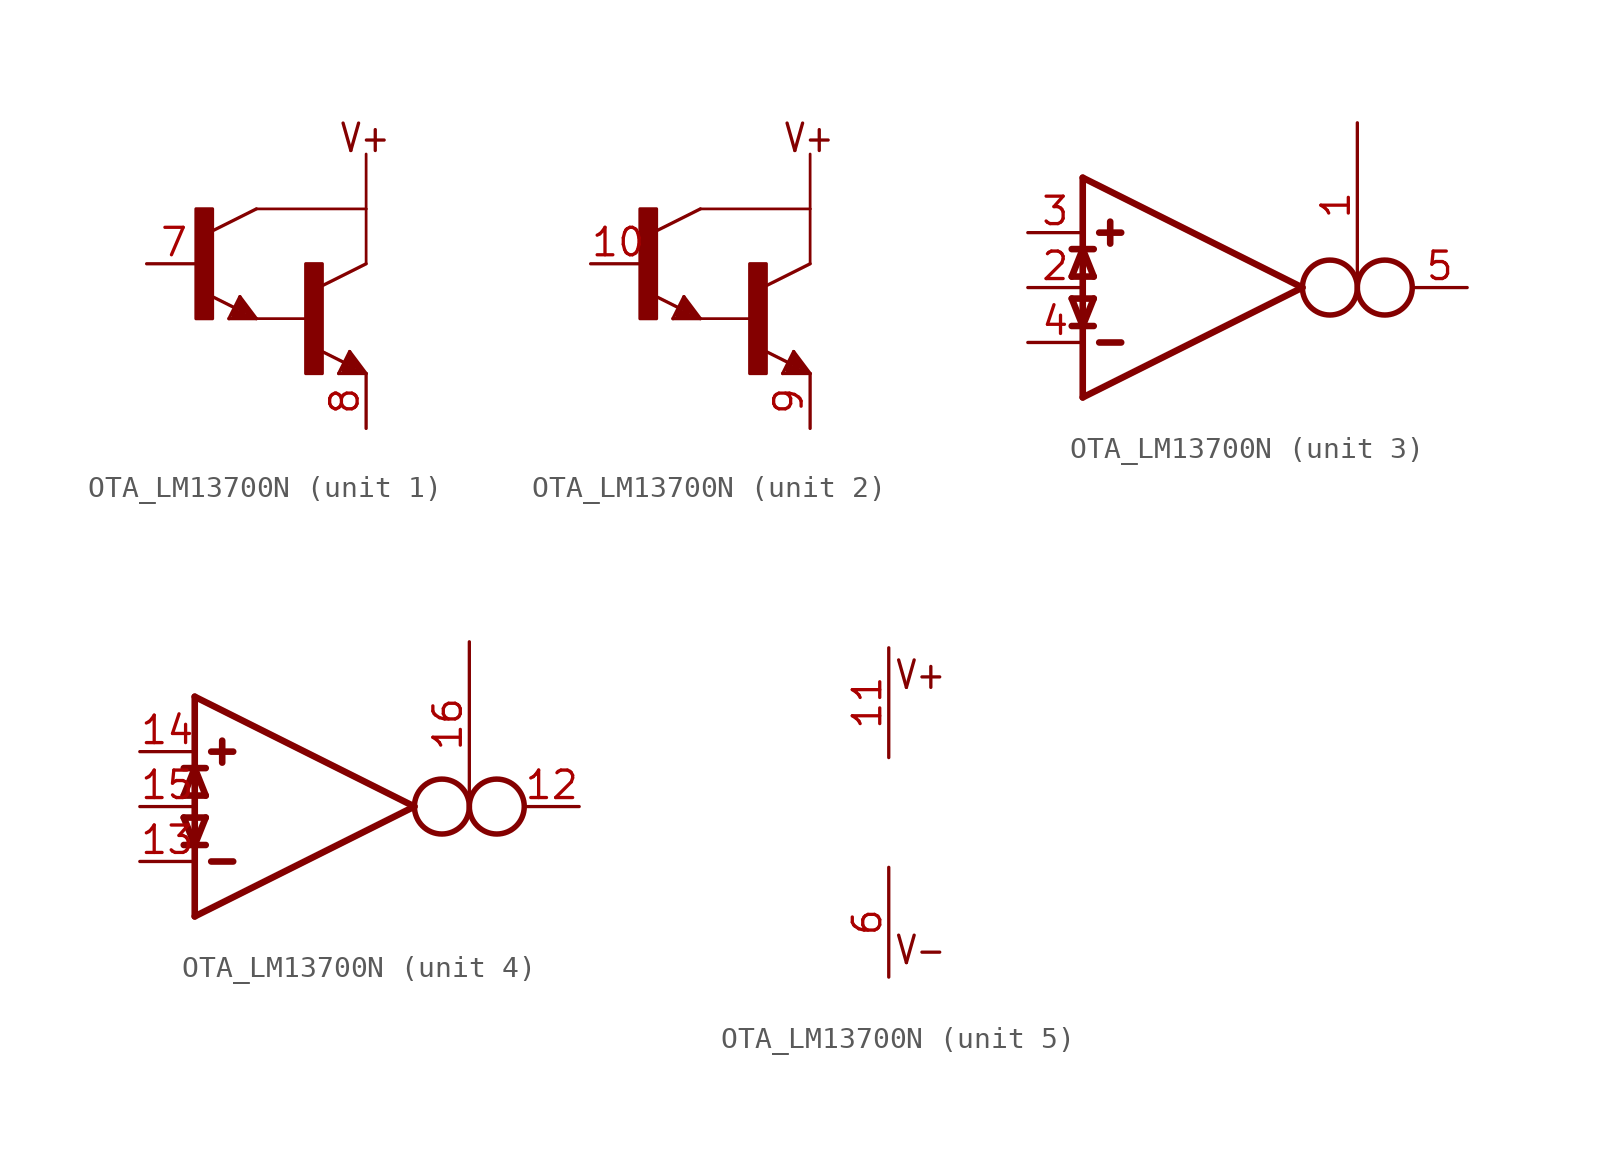
<source format=kicad_sym>
(kicad_symbol_lib
  (version 20231120)
  (generator "kicad_symbol_editor")
  (generator_version "8.0")
  (symbol "OTA_LM13700N"
    (property "Reference" "IC"
      (at 2.54 -5.08 0)
      (effects (font (size 1.778 1.511)) (justify left bottom) (hide yes)))
    (property "ki_locked" ""
      (at 0 0 0)
      (effects (font (size 1.27 1.27))))
    (symbol "OTA_LM13700N_1_0"
      (rectangle (start -5.334 0) (end -4.572 5.08) (stroke (width 0) (type default)) (fill (type outline)))
      (rectangle (start -0.254 -2.54) (end 0.508 2.54) (stroke (width 0) (type default)) (fill (type outline)))
      (polyline (pts (xy -3.81 0) (xy -3.302 1.016)) (stroke (width 0.152) (type solid)) (fill (type none)))
      (polyline (pts (xy -3.556 0.127) (xy -2.794 0.127)) (stroke (width 0.254) (type solid)) (fill (type none)))
      (polyline (pts (xy -3.556 0.254) (xy -3.175 0.254)) (stroke (width 0.254) (type solid)) (fill (type none)))
      (polyline (pts (xy -3.54 0.5) (xy -4.772 1.116)) (stroke (width 0.152) (type solid)) (fill (type none)))
      (polyline (pts (xy -3.302 0.762) (xy -3.556 0.254)) (stroke (width 0.254) (type solid)) (fill (type none)))
      (polyline (pts (xy -3.302 1.016) (xy -2.54 0)) (stroke (width 0.152) (type solid)) (fill (type none)))
      (polyline (pts (xy -3.175 0.254) (xy -3.302 0.508)) (stroke (width 0.254) (type solid)) (fill (type none)))
      (polyline (pts (xy -2.794 0.127) (xy -3.302 0.762)) (stroke (width 0.254) (type solid)) (fill (type none)))
      (polyline (pts (xy -2.54 0) (xy -3.81 0)) (stroke (width 0.152) (type solid)) (fill (type none)))
      (polyline (pts (xy -2.54 5.08) (xy -4.572 4.064)) (stroke (width 0.152) (type solid)) (fill (type none)))
      (polyline (pts (xy -2.54 5.08) (xy 2.54 5.08)) (stroke (width 0.127) (type solid)) (fill (type none)))
      (polyline (pts (xy 0 0) (xy -2.54 0)) (stroke (width 0.127) (type solid)) (fill (type none)))
      (polyline (pts (xy 1.27 -2.54) (xy 1.778 -1.524)) (stroke (width 0.152) (type solid)) (fill (type none)))
      (polyline (pts (xy 1.524 -2.413) (xy 2.286 -2.413)) (stroke (width 0.254) (type solid)) (fill (type none)))
      (polyline (pts (xy 1.524 -2.286) (xy 1.905 -2.286)) (stroke (width 0.254) (type solid)) (fill (type none)))
      (polyline (pts (xy 1.54 -2.04) (xy 0.308 -1.424)) (stroke (width 0.152) (type solid)) (fill (type none)))
      (polyline (pts (xy 1.778 -1.778) (xy 1.524 -2.286)) (stroke (width 0.254) (type solid)) (fill (type none)))
      (polyline (pts (xy 1.778 -1.524) (xy 2.54 -2.54)) (stroke (width 0.152) (type solid)) (fill (type none)))
      (polyline (pts (xy 1.905 -2.286) (xy 1.778 -2.032)) (stroke (width 0.254) (type solid)) (fill (type none)))
      (polyline (pts (xy 2.286 -2.413) (xy 1.778 -1.778)) (stroke (width 0.254) (type solid)) (fill (type none)))
      (polyline (pts (xy 2.54 -2.54) (xy 1.27 -2.54)) (stroke (width 0.152) (type solid)) (fill (type none)))
      (polyline (pts (xy 2.54 2.54) (xy 0.508 1.524)) (stroke (width 0.152) (type solid)) (fill (type none)))
      (polyline (pts (xy 2.54 2.54) (xy 2.54 5.08)) (stroke (width 0.127) (type solid)) (fill (type none)))
      (polyline (pts (xy 2.54 5.08) (xy 2.54 7.62)) (stroke (width 0.127) (type solid)) (fill (type none)))
      (text "V+" (at 1.27 7.62 0) (effects (font (size 1.27 1.079)) (justify left bottom)))
      (pin passive line (at -7.62 2.54 0) (length 2.54) (name "B" (effects (font (size 0 0)))) (number "7" (effects (font (size 1.27 1.27)))))
      (pin passive line (at 2.54 -5.08 90) (length 2.54) (name "E" (effects (font (size 0 0)))) (number "8" (effects (font (size 1.27 1.27))))))
    (symbol "OTA_LM13700N_2_0"
      (rectangle (start -5.334 0) (end -4.572 5.08) (stroke (width 0) (type default)) (fill (type outline)))
      (rectangle (start -0.254 -2.54) (end 0.508 2.54) (stroke (width 0) (type default)) (fill (type outline)))
      (polyline (pts (xy -3.81 0) (xy -3.302 1.016)) (stroke (width 0.152) (type solid)) (fill (type none)))
      (polyline (pts (xy -3.556 0.127) (xy -2.794 0.127)) (stroke (width 0.254) (type solid)) (fill (type none)))
      (polyline (pts (xy -3.556 0.254) (xy -3.175 0.254)) (stroke (width 0.254) (type solid)) (fill (type none)))
      (polyline (pts (xy -3.54 0.5) (xy -4.772 1.116)) (stroke (width 0.152) (type solid)) (fill (type none)))
      (polyline (pts (xy -3.302 0.762) (xy -3.556 0.254)) (stroke (width 0.254) (type solid)) (fill (type none)))
      (polyline (pts (xy -3.302 1.016) (xy -2.54 0)) (stroke (width 0.152) (type solid)) (fill (type none)))
      (polyline (pts (xy -3.175 0.254) (xy -3.302 0.508)) (stroke (width 0.254) (type solid)) (fill (type none)))
      (polyline (pts (xy -2.794 0.127) (xy -3.302 0.762)) (stroke (width 0.254) (type solid)) (fill (type none)))
      (polyline (pts (xy -2.54 0) (xy -3.81 0)) (stroke (width 0.152) (type solid)) (fill (type none)))
      (polyline (pts (xy -2.54 5.08) (xy -4.572 4.064)) (stroke (width 0.152) (type solid)) (fill (type none)))
      (polyline (pts (xy -2.54 5.08) (xy 2.54 5.08)) (stroke (width 0.127) (type solid)) (fill (type none)))
      (polyline (pts (xy 0 0) (xy -2.54 0)) (stroke (width 0.127) (type solid)) (fill (type none)))
      (polyline (pts (xy 1.27 -2.54) (xy 1.778 -1.524)) (stroke (width 0.152) (type solid)) (fill (type none)))
      (polyline (pts (xy 1.524 -2.413) (xy 2.286 -2.413)) (stroke (width 0.254) (type solid)) (fill (type none)))
      (polyline (pts (xy 1.524 -2.286) (xy 1.905 -2.286)) (stroke (width 0.254) (type solid)) (fill (type none)))
      (polyline (pts (xy 1.54 -2.04) (xy 0.308 -1.424)) (stroke (width 0.152) (type solid)) (fill (type none)))
      (polyline (pts (xy 1.778 -1.778) (xy 1.524 -2.286)) (stroke (width 0.254) (type solid)) (fill (type none)))
      (polyline (pts (xy 1.778 -1.524) (xy 2.54 -2.54)) (stroke (width 0.152) (type solid)) (fill (type none)))
      (polyline (pts (xy 1.905 -2.286) (xy 1.778 -2.032)) (stroke (width 0.254) (type solid)) (fill (type none)))
      (polyline (pts (xy 2.286 -2.413) (xy 1.778 -1.778)) (stroke (width 0.254) (type solid)) (fill (type none)))
      (polyline (pts (xy 2.54 -2.54) (xy 1.27 -2.54)) (stroke (width 0.152) (type solid)) (fill (type none)))
      (polyline (pts (xy 2.54 2.54) (xy 0.508 1.524)) (stroke (width 0.152) (type solid)) (fill (type none)))
      (polyline (pts (xy 2.54 2.54) (xy 2.54 5.08)) (stroke (width 0.127) (type solid)) (fill (type none)))
      (polyline (pts (xy 2.54 5.08) (xy 2.54 7.62)) (stroke (width 0.127) (type solid)) (fill (type none)))
      (text "V+" (at 1.27 7.62 0) (effects (font (size 1.27 1.079)) (justify left bottom)))
      (pin passive line (at -7.62 2.54 0) (length 2.54) (name "B" (effects (font (size 0 0)))) (number "10" (effects (font (size 1.27 1.27)))))
      (pin passive line (at 2.54 -5.08 90) (length 2.54) (name "E" (effects (font (size 0 0)))) (number "9" (effects (font (size 1.27 1.27))))))
    (symbol "OTA_LM13700N_3_0"
      (polyline (pts (xy -5.588 -0.508) (xy -5.08 -1.778)) (stroke (width 0.305) (type solid)) (fill (type none)))
      (polyline (pts (xy -5.588 0.508) (xy -4.572 0.508)) (stroke (width 0.305) (type solid)) (fill (type none)))
      (polyline (pts (xy -5.588 1.778) (xy -4.572 1.778)) (stroke (width 0.305) (type solid)) (fill (type none)))
      (polyline (pts (xy -5.08 -5.08) (xy 5.08 0)) (stroke (width 0.305) (type solid)) (fill (type none)))
      (polyline (pts (xy -5.08 -1.778) (xy -5.08 -5.08)) (stroke (width 0.305) (type solid)) (fill (type none)))
      (polyline (pts (xy -5.08 -1.778) (xy -4.572 -0.508)) (stroke (width 0.305) (type solid)) (fill (type none)))
      (polyline (pts (xy -5.08 1.778) (xy -5.588 0.508)) (stroke (width 0.305) (type solid)) (fill (type none)))
      (polyline (pts (xy -5.08 5.08) (xy -5.08 -1.778)) (stroke (width 0.305) (type solid)) (fill (type none)))
      (polyline (pts (xy -4.572 -1.778) (xy -5.588 -1.778)) (stroke (width 0.305) (type solid)) (fill (type none)))
      (polyline (pts (xy -4.572 -0.508) (xy -5.588 -0.508)) (stroke (width 0.305) (type solid)) (fill (type none)))
      (polyline (pts (xy -4.572 0.508) (xy -5.08 1.778)) (stroke (width 0.305) (type solid)) (fill (type none)))
      (polyline (pts (xy -4.318 -2.54) (xy -3.302 -2.54)) (stroke (width 0.305) (type solid)) (fill (type none)))
      (polyline (pts (xy -4.318 2.54) (xy -3.302 2.54)) (stroke (width 0.305) (type solid)) (fill (type none)))
      (polyline (pts (xy -3.81 3.048) (xy -3.81 2.032)) (stroke (width 0.305) (type solid)) (fill (type none)))
      (polyline (pts (xy 5.08 0) (xy -5.08 5.08)) (stroke (width 0.305) (type solid)) (fill (type none)))
      (circle (center 6.35 0) (radius 1.27) (stroke (width 0.254) (type solid)) (fill (type none)))
      (circle (center 8.89 0) (radius 1.27) (stroke (width 0.254) (type solid)) (fill (type none)))
      (pin input line (at 7.62 7.62 270) (length 7.62) (name "I_BIAS" (effects (font (size 0 0)))) (number "1" (effects (font (size 1.27 1.27)))))
      (pin input line (at -7.62 0 0) (length 2.54) (name "I_DIODE" (effects (font (size 0 0)))) (number "2" (effects (font (size 1.27 1.27)))))
      (pin input line (at -7.62 2.54 0) (length 2.54) (name "IN_P" (effects (font (size 0 0)))) (number "3" (effects (font (size 1.27 1.27)))))
      (pin input line (at -7.62 -2.54 0) (length 2.54) (name "IN_N" (effects (font (size 0 0)))) (number "4" (effects (font (size 1.27 1.27)))))
      (pin output line (at 12.7 0 180) (length 2.54) (name "OUT" (effects (font (size 0 0)))) (number "5" (effects (font (size 1.27 1.27))))))
    (symbol "OTA_LM13700N_4_0"
      (polyline (pts (xy -5.588 -0.508) (xy -5.08 -1.778)) (stroke (width 0.305) (type solid)) (fill (type none)))
      (polyline (pts (xy -5.588 0.508) (xy -4.572 0.508)) (stroke (width 0.305) (type solid)) (fill (type none)))
      (polyline (pts (xy -5.588 1.778) (xy -4.572 1.778)) (stroke (width 0.305) (type solid)) (fill (type none)))
      (polyline (pts (xy -5.08 -5.08) (xy 5.08 0)) (stroke (width 0.305) (type solid)) (fill (type none)))
      (polyline (pts (xy -5.08 -1.778) (xy -5.08 -5.08)) (stroke (width 0.305) (type solid)) (fill (type none)))
      (polyline (pts (xy -5.08 -1.778) (xy -4.572 -0.508)) (stroke (width 0.305) (type solid)) (fill (type none)))
      (polyline (pts (xy -5.08 1.778) (xy -5.588 0.508)) (stroke (width 0.305) (type solid)) (fill (type none)))
      (polyline (pts (xy -5.08 5.08) (xy -5.08 -1.778)) (stroke (width 0.305) (type solid)) (fill (type none)))
      (polyline (pts (xy -4.572 -1.778) (xy -5.588 -1.778)) (stroke (width 0.305) (type solid)) (fill (type none)))
      (polyline (pts (xy -4.572 -0.508) (xy -5.588 -0.508)) (stroke (width 0.305) (type solid)) (fill (type none)))
      (polyline (pts (xy -4.572 0.508) (xy -5.08 1.778)) (stroke (width 0.305) (type solid)) (fill (type none)))
      (polyline (pts (xy -4.318 -2.54) (xy -3.302 -2.54)) (stroke (width 0.305) (type solid)) (fill (type none)))
      (polyline (pts (xy -4.318 2.54) (xy -3.302 2.54)) (stroke (width 0.305) (type solid)) (fill (type none)))
      (polyline (pts (xy -3.81 3.048) (xy -3.81 2.032)) (stroke (width 0.305) (type solid)) (fill (type none)))
      (polyline (pts (xy 5.08 0) (xy -5.08 5.08)) (stroke (width 0.305) (type solid)) (fill (type none)))
      (circle (center 6.35 0) (radius 1.27) (stroke (width 0.254) (type solid)) (fill (type none)))
      (circle (center 8.89 0) (radius 1.27) (stroke (width 0.254) (type solid)) (fill (type none)))
      (pin output line (at 12.7 0 180) (length 2.54) (name "OUT" (effects (font (size 0 0)))) (number "12" (effects (font (size 1.27 1.27)))))
      (pin input line (at -7.62 -2.54 0) (length 2.54) (name "IN_N" (effects (font (size 0 0)))) (number "13" (effects (font (size 1.27 1.27)))))
      (pin input line (at -7.62 2.54 0) (length 2.54) (name "IN_P" (effects (font (size 0 0)))) (number "14" (effects (font (size 1.27 1.27)))))
      (pin input line (at -7.62 0 0) (length 2.54) (name "I_DIODE" (effects (font (size 0 0)))) (number "15" (effects (font (size 1.27 1.27)))))
      (pin input line (at 7.62 7.62 270) (length 7.62) (name "I_BIAS" (effects (font (size 0 0)))) (number "16" (effects (font (size 1.27 1.27))))))
    (symbol "OTA_LM13700N_5_0"
      (text "V+" (at 0.254 7.112 0) (effects (font (size 1.27 1.079)) (justify left top)))
      (text "V-" (at 0.254 -7.112 0) (effects (font (size 1.27 1.079)) (justify left bottom)))
      (pin power_in line (at 0 7.62 270) (length 5.08) (name "V+" (effects (font (size 0 0)))) (number "11" (effects (font (size 1.27 1.27)))))
      (pin power_in line (at 0 -7.62 90) (length 5.08) (name "V-" (effects (font (size 0 0)))) (number "6" (effects (font (size 1.27 1.27))))))))
</source>
